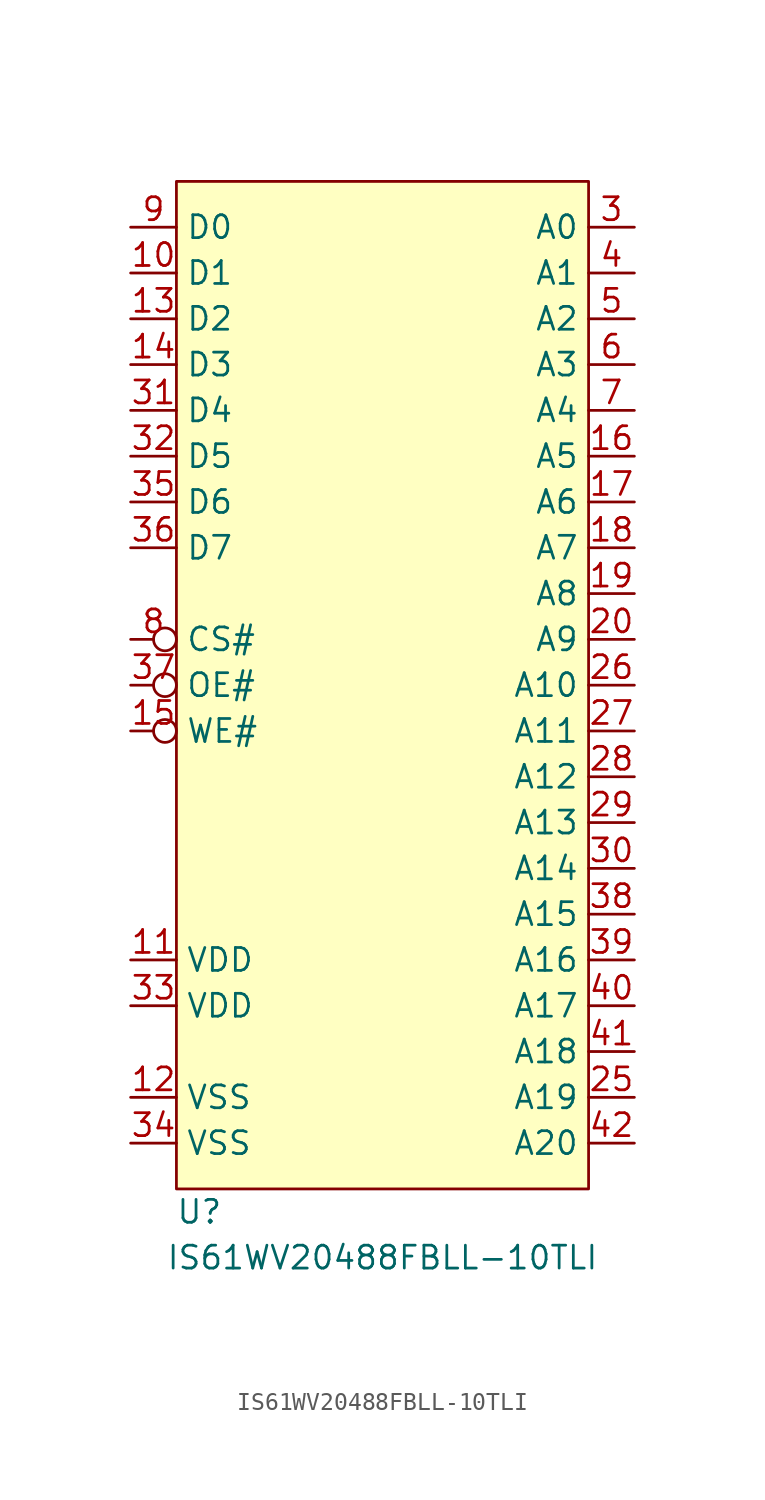
<source format=kicad_sym>
(kicad_symbol_lib
  (version 20211014)
  (generator kicad_symbol_editor)
  (symbol "IS61WV20488FBLL-10TLI"
    (property "Reference" "U"
      (at -10.16 -1.27 0)
      (effects (font (size 1.27 1.27))))
    (property "Value" "IS61WV20488FBLL-10TLI"
      (at 0 -3.81 0)
      (effects (font (size 1.27 1.27))))
    (symbol "IS61WV20488FBLL-10TLI_0_1"
      (rectangle (start -11.43 55.88) (end 11.43 0) (stroke (width 0) (type default) (color 0 0 0 0)) (fill (type background))))
    (symbol "IS61WV20488FBLL-10TLI_1_1"
      (pin bidirectional line (at -13.97 50.8 0) (length 2.54) (name "D1" (effects (font (size 1.27 1.27)))) (number "10" (effects (font (size 1.27 1.27)))))
      (pin power_in line (at -13.97 12.7 0) (length 2.54) (name "VDD" (effects (font (size 1.27 1.27)))) (number "11" (effects (font (size 1.27 1.27)))))
      (pin power_in line (at -13.97 5.08 0) (length 2.54) (name "VSS" (effects (font (size 1.27 1.27)))) (number "12" (effects (font (size 1.27 1.27)))))
      (pin bidirectional line (at -13.97 48.26 0) (length 2.54) (name "D2" (effects (font (size 1.27 1.27)))) (number "13" (effects (font (size 1.27 1.27)))))
      (pin bidirectional line (at -13.97 45.72 0) (length 2.54) (name "D3" (effects (font (size 1.27 1.27)))) (number "14" (effects (font (size 1.27 1.27)))))
      (pin input inverted (at -13.97 25.4 0) (length 2.54) (name "WE#" (effects (font (size 1.27 1.27)))) (number "15" (effects (font (size 1.27 1.27)))))
      (pin input line (at 13.97 40.64 180) (length 2.54) (name "A5" (effects (font (size 1.27 1.27)))) (number "16" (effects (font (size 1.27 1.27)))))
      (pin input line (at 13.97 38.1 180) (length 2.54) (name "A6" (effects (font (size 1.27 1.27)))) (number "17" (effects (font (size 1.27 1.27)))))
      (pin input line (at 13.97 35.56 180) (length 2.54) (name "A7" (effects (font (size 1.27 1.27)))) (number "18" (effects (font (size 1.27 1.27)))))
      (pin input line (at 13.97 33.02 180) (length 2.54) (name "A8" (effects (font (size 1.27 1.27)))) (number "19" (effects (font (size 1.27 1.27)))))
      (pin input line (at 13.97 30.48 180) (length 2.54) (name "A9" (effects (font (size 1.27 1.27)))) (number "20" (effects (font (size 1.27 1.27)))))
      (pin input line (at 13.97 5.08 180) (length 2.54) (name "A19" (effects (font (size 1.27 1.27)))) (number "25" (effects (font (size 1.27 1.27)))))
      (pin input line (at 13.97 27.94 180) (length 2.54) (name "A10" (effects (font (size 1.27 1.27)))) (number "26" (effects (font (size 1.27 1.27)))))
      (pin input line (at 13.97 25.4 180) (length 2.54) (name "A11" (effects (font (size 1.27 1.27)))) (number "27" (effects (font (size 1.27 1.27)))))
      (pin input line (at 13.97 22.86 180) (length 2.54) (name "A12" (effects (font (size 1.27 1.27)))) (number "28" (effects (font (size 1.27 1.27)))))
      (pin input line (at 13.97 20.32 180) (length 2.54) (name "A13" (effects (font (size 1.27 1.27)))) (number "29" (effects (font (size 1.27 1.27)))))
      (pin input line (at 13.97 53.34 180) (length 2.54) (name "A0" (effects (font (size 1.27 1.27)))) (number "3" (effects (font (size 1.27 1.27)))))
      (pin input line (at 13.97 17.78 180) (length 2.54) (name "A14" (effects (font (size 1.27 1.27)))) (number "30" (effects (font (size 1.27 1.27)))))
      (pin bidirectional line (at -13.97 43.18 0) (length 2.54) (name "D4" (effects (font (size 1.27 1.27)))) (number "31" (effects (font (size 1.27 1.27)))))
      (pin bidirectional line (at -13.97 40.64 0) (length 2.54) (name "D5" (effects (font (size 1.27 1.27)))) (number "32" (effects (font (size 1.27 1.27)))))
      (pin power_in line (at -13.97 10.16 0) (length 2.54) (name "VDD" (effects (font (size 1.27 1.27)))) (number "33" (effects (font (size 1.27 1.27)))))
      (pin power_in line (at -13.97 2.54 0) (length 2.54) (name "VSS" (effects (font (size 1.27 1.27)))) (number "34" (effects (font (size 1.27 1.27)))))
      (pin bidirectional line (at -13.97 38.1 0) (length 2.54) (name "D6" (effects (font (size 1.27 1.27)))) (number "35" (effects (font (size 1.27 1.27)))))
      (pin bidirectional line (at -13.97 35.56 0) (length 2.54) (name "D7" (effects (font (size 1.27 1.27)))) (number "36" (effects (font (size 1.27 1.27)))))
      (pin input inverted (at -13.97 27.94 0) (length 2.54) (name "OE#" (effects (font (size 1.27 1.27)))) (number "37" (effects (font (size 1.27 1.27)))))
      (pin input line (at 13.97 15.24 180) (length 2.54) (name "A15" (effects (font (size 1.27 1.27)))) (number "38" (effects (font (size 1.27 1.27)))))
      (pin input line (at 13.97 12.7 180) (length 2.54) (name "A16" (effects (font (size 1.27 1.27)))) (number "39" (effects (font (size 1.27 1.27)))))
      (pin input line (at 13.97 50.8 180) (length 2.54) (name "A1" (effects (font (size 1.27 1.27)))) (number "4" (effects (font (size 1.27 1.27)))))
      (pin input line (at 13.97 10.16 180) (length 2.54) (name "A17" (effects (font (size 1.27 1.27)))) (number "40" (effects (font (size 1.27 1.27)))))
      (pin input line (at 13.97 7.62 180) (length 2.54) (name "A18" (effects (font (size 1.27 1.27)))) (number "41" (effects (font (size 1.27 1.27)))))
      (pin input line (at 13.97 2.54 180) (length 2.54) (name "A20" (effects (font (size 1.27 1.27)))) (number "42" (effects (font (size 1.27 1.27)))))
      (pin input line (at 13.97 48.26 180) (length 2.54) (name "A2" (effects (font (size 1.27 1.27)))) (number "5" (effects (font (size 1.27 1.27)))))
      (pin input line (at 13.97 45.72 180) (length 2.54) (name "A3" (effects (font (size 1.27 1.27)))) (number "6" (effects (font (size 1.27 1.27)))))
      (pin input line (at 13.97 43.18 180) (length 2.54) (name "A4" (effects (font (size 1.27 1.27)))) (number "7" (effects (font (size 1.27 1.27)))))
      (pin input inverted (at -13.97 30.48 0) (length 2.54) (name "CS#" (effects (font (size 1.27 1.27)))) (number "8" (effects (font (size 1.27 1.27)))))
      (pin bidirectional line (at -13.97 53.34 0) (length 2.54) (name "D0" (effects (font (size 1.27 1.27)))) (number "9" (effects (font (size 1.27 1.27))))))))
</source>
